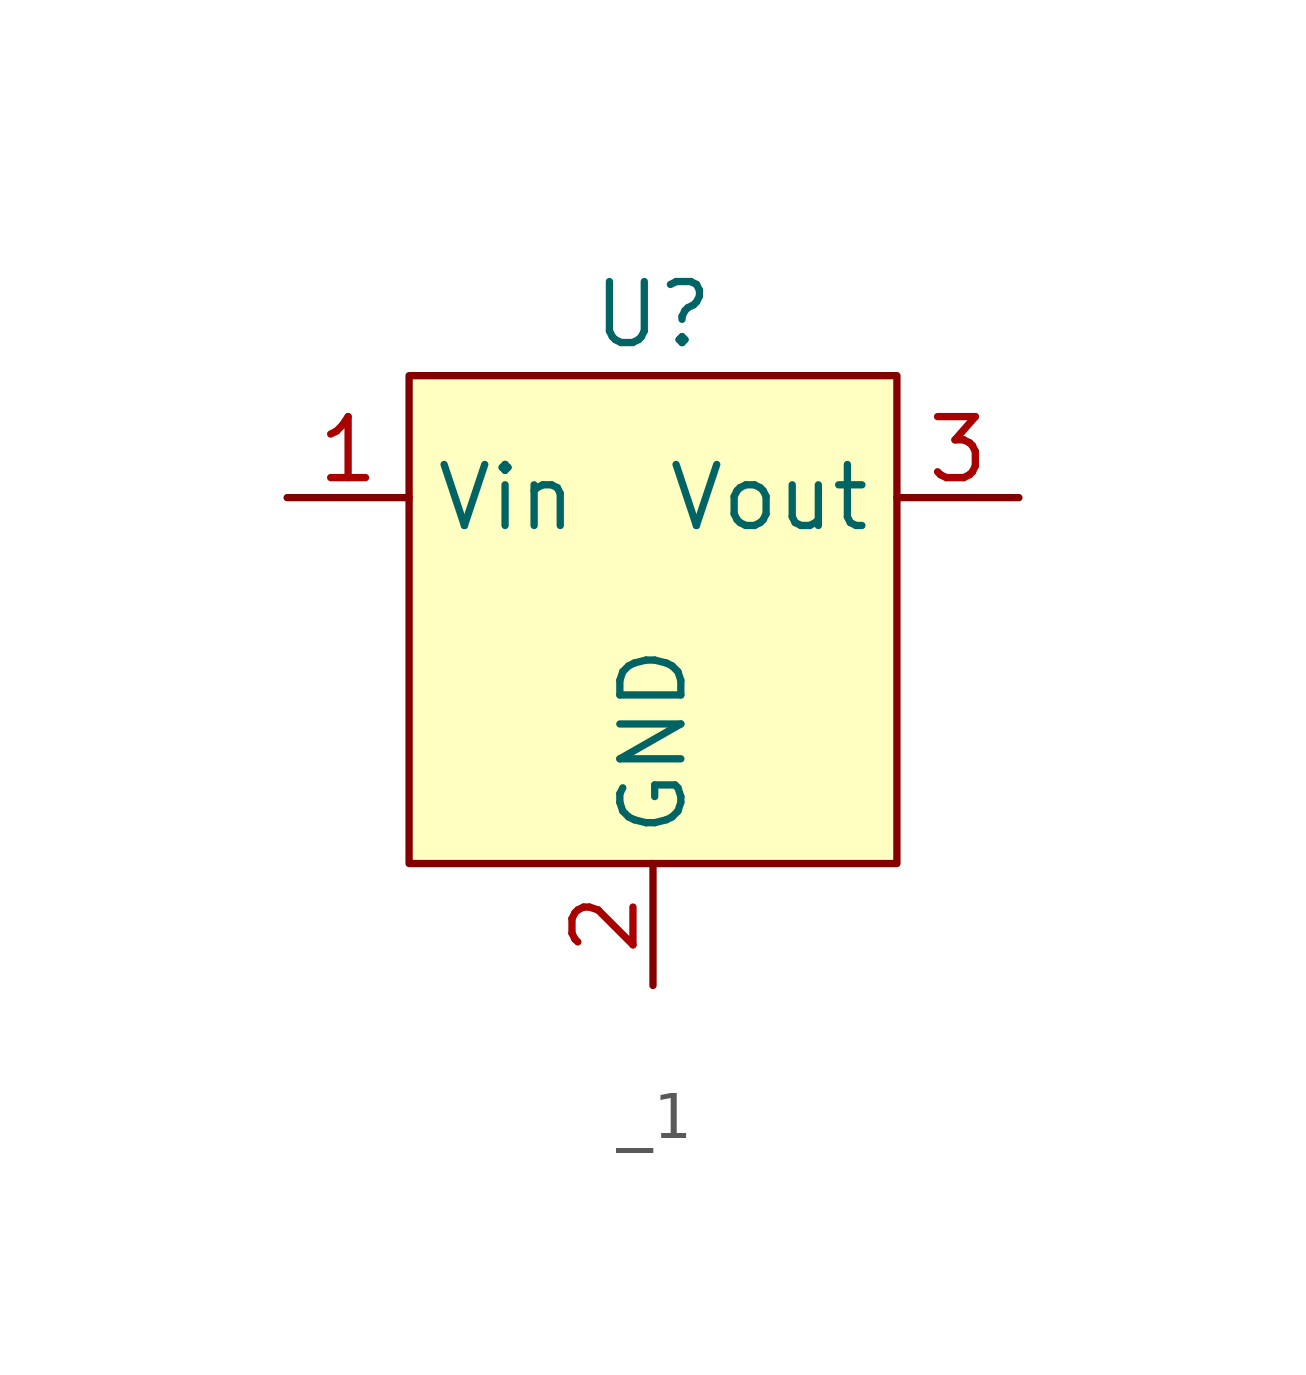
<source format=kicad_sym>
(kicad_symbol_lib
  (version 20241209)
  (generator "kicad_symbol_editor")
  (generator_version "9.0")
  (symbol "_1"
    (property "Reference" "U"
      (at 0 6.35 0)
      (effects (font (size 1.27 1.27))))
    (property "Value" ""
      (at 0 0 0)
      (effects (font (size 1.27 1.27))))
    (symbol "_1_1_1"
      (rectangle (start -5.08 5.08) (end 5.08 -5.08) (stroke (width 0) (type solid)) (fill (type background)))
      (pin power_in line (at -7.62 2.54 0) (length 2.54) (name "Vin" (effects (font (size 1.27 1.27)))) (number "1" (effects (font (size 1.27 1.27)))))
      (pin power_out line (at 0 -7.62 90) (length 2.54) (name "GND" (effects (font (size 1.27 1.27)))) (number "2" (effects (font (size 1.27 1.27)))))
      (pin power_out line (at 7.62 2.54 180) (length 2.54) (name "Vout" (effects (font (size 1.27 1.27)))) (number "3" (effects (font (size 1.27 1.27))))))))
</source>
